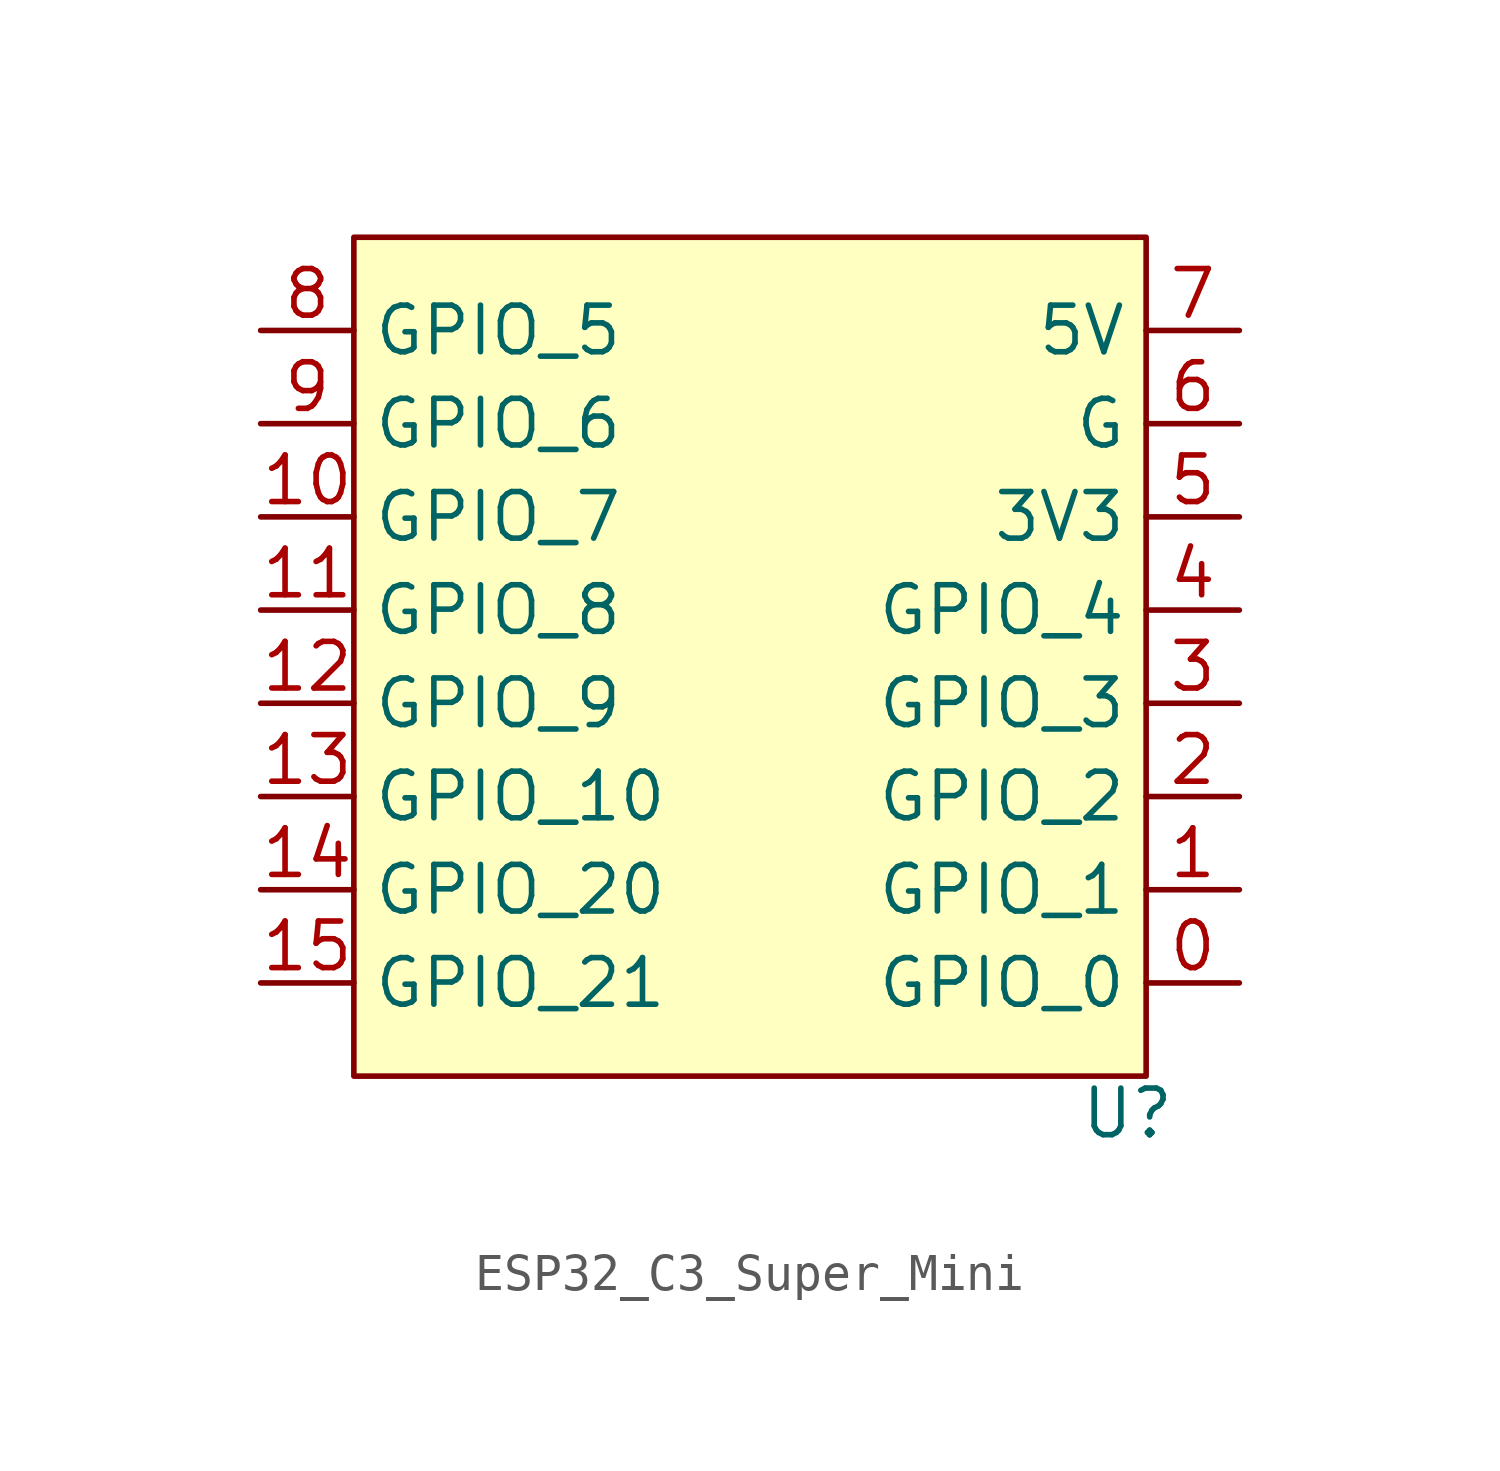
<source format=kicad_sym>
(kicad_symbol_lib
  (version 20241209)
  (generator "kicad_symbol_editor")
  (generator_version "9.0")
  (symbol "ESP32_C3_Super_Mini"
    (property "Reference" "U"
      (at 21.082 -1.016 0)
      (effects (font (size 1.27 1.27))))
    (property "Value" ""
      (at 0 0 0)
      (effects (font (size 1.27 1.27))))
    (symbol "ESP32_C3_Super_Mini_1_1"
      (rectangle (start 0 22.86) (end 21.59 0) (stroke (width 0) (type solid)) (fill (type background)))
      (pin bidirectional line (at -2.54 20.32 0) (length 2.54) (name "GPIO_5" (effects (font (size 1.27 1.27)))) (number "8" (effects (font (size 1.27 1.27)))))
      (pin bidirectional line (at -2.54 17.78 0) (length 2.54) (name "GPIO_6" (effects (font (size 1.27 1.27)))) (number "9" (effects (font (size 1.27 1.27)))))
      (pin bidirectional line (at -2.54 15.24 0) (length 2.54) (name "GPIO_7" (effects (font (size 1.27 1.27)))) (number "10" (effects (font (size 1.27 1.27)))))
      (pin bidirectional line (at -2.54 12.7 0) (length 2.54) (name "GPIO_8" (effects (font (size 1.27 1.27)))) (number "11" (effects (font (size 1.27 1.27)))))
      (pin bidirectional line (at -2.54 10.16 0) (length 2.54) (name "GPIO_9" (effects (font (size 1.27 1.27)))) (number "12" (effects (font (size 1.27 1.27)))))
      (pin bidirectional line (at -2.54 7.62 0) (length 2.54) (name "GPIO_10" (effects (font (size 1.27 1.27)))) (number "13" (effects (font (size 1.27 1.27)))))
      (pin bidirectional line (at -2.54 5.08 0) (length 2.54) (name "GPIO_20" (effects (font (size 1.27 1.27)))) (number "14" (effects (font (size 1.27 1.27)))))
      (pin bidirectional line (at -2.54 2.54 0) (length 2.54) (name "GPIO_21" (effects (font (size 1.27 1.27)))) (number "15" (effects (font (size 1.27 1.27)))))
      (pin power_in line (at 24.13 20.32 180) (length 2.54) (name "5V" (effects (font (size 1.27 1.27)))) (number "7" (effects (font (size 1.27 1.27)))))
      (pin passive line (at 24.13 17.78 180) (length 2.54) (name "G" (effects (font (size 1.27 1.27)))) (number "6" (effects (font (size 1.27 1.27)))))
      (pin power_out line (at 24.13 15.24 180) (length 2.54) (name "3V3" (effects (font (size 1.27 1.27)))) (number "5" (effects (font (size 1.27 1.27)))))
      (pin bidirectional line (at 24.13 12.7 180) (length 2.54) (name "GPIO_4" (effects (font (size 1.27 1.27)))) (number "4" (effects (font (size 1.27 1.27)))))
      (pin bidirectional line (at 24.13 10.16 180) (length 2.54) (name "GPIO_3" (effects (font (size 1.27 1.27)))) (number "3" (effects (font (size 1.27 1.27)))))
      (pin bidirectional line (at 24.13 7.62 180) (length 2.54) (name "GPIO_2" (effects (font (size 1.27 1.27)))) (number "2" (effects (font (size 1.27 1.27)))))
      (pin bidirectional line (at 24.13 5.08 180) (length 2.54) (name "GPIO_1" (effects (font (size 1.27 1.27)))) (number "1" (effects (font (size 1.27 1.27)))))
      (pin bidirectional line (at 24.13 2.54 180) (length 2.54) (name "GPIO_0" (effects (font (size 1.27 1.27)))) (number "0" (effects (font (size 1.27 1.27))))))))
</source>
